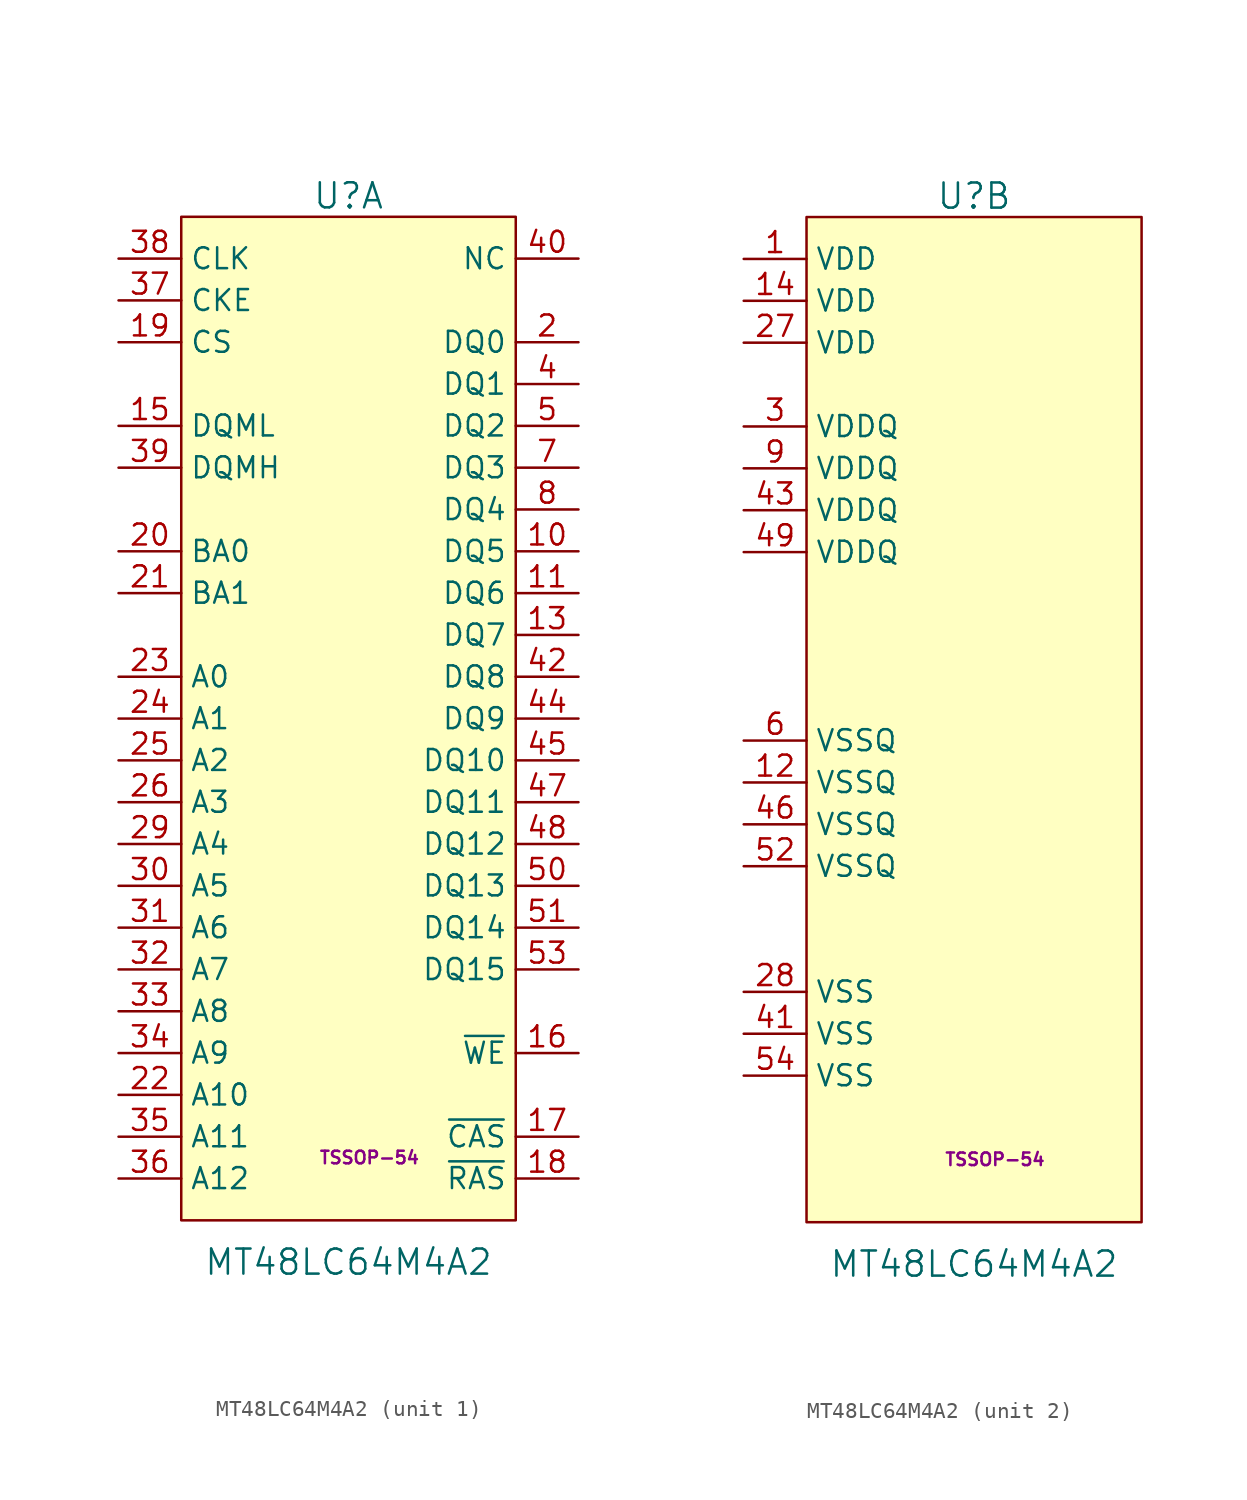
<source format=kicad_sym>
(kicad_symbol_lib
  (version 20220914)
  (generator kicad_symbol_editor)
  (symbol "MT48LC64M4A2"
    (property "Reference" "U"
      (at 0 30.48 0)
      (effects (font (size 1.524 1.524))))
    (property "Value" "MT48LC64M4A2"
      (at 0 -34.29 0)
      (effects (font (size 1.524 1.524))))
    (property "Footprint" "TSSOP-54"
      (at 1.27 -27.94 0)
      (effects (font (size 0.762 0.762))))
    (property "Datasheet" ""
      (at 0 0 0)
      (effects (font (size 1.524 1.524))))
    (property "ki_locked" ""
      (at 0 0 0)
      (effects (font (size 1.27 1.27))))
    (symbol "MT48LC64M4A2_0_1"
      (rectangle (start -10.16 29.21) (end 10.16 -31.75) (stroke (width 0) (type default)) (fill (type background))))
    (symbol "MT48LC64M4A2_1_1"
      (pin input line (at 13.97 8.89 180) (length 3.81) (name "DQ5" (effects (font (size 1.27 1.27)))) (number "10" (effects (font (size 1.27 1.27)))))
      (pin input line (at 13.97 6.35 180) (length 3.81) (name "DQ6" (effects (font (size 1.27 1.27)))) (number "11" (effects (font (size 1.27 1.27)))))
      (pin input line (at 13.97 3.81 180) (length 3.81) (name "DQ7" (effects (font (size 1.27 1.27)))) (number "13" (effects (font (size 1.27 1.27)))))
      (pin input line (at -13.97 16.51 0) (length 3.81) (name "DQML" (effects (font (size 1.27 1.27)))) (number "15" (effects (font (size 1.27 1.27)))))
      (pin input line (at 13.97 -21.59 180) (length 3.81) (name "~{WE}" (effects (font (size 1.27 1.27)))) (number "16" (effects (font (size 1.27 1.27)))))
      (pin input line (at 13.97 -26.67 180) (length 3.81) (name "~{CAS}" (effects (font (size 1.27 1.27)))) (number "17" (effects (font (size 1.27 1.27)))))
      (pin input line (at 13.97 -29.21 180) (length 3.81) (name "~{RAS}" (effects (font (size 1.27 1.27)))) (number "18" (effects (font (size 1.27 1.27)))))
      (pin input line (at -13.97 21.59 0) (length 3.81) (name "CS" (effects (font (size 1.27 1.27)))) (number "19" (effects (font (size 1.27 1.27)))))
      (pin input line (at 13.97 21.59 180) (length 3.81) (name "DQ0" (effects (font (size 1.27 1.27)))) (number "2" (effects (font (size 1.27 1.27)))))
      (pin input line (at -13.97 8.89 0) (length 3.81) (name "BA0" (effects (font (size 1.27 1.27)))) (number "20" (effects (font (size 1.27 1.27)))))
      (pin input line (at -13.97 6.35 0) (length 3.81) (name "BA1" (effects (font (size 1.27 1.27)))) (number "21" (effects (font (size 1.27 1.27)))))
      (pin input line (at -13.97 -24.13 0) (length 3.81) (name "A10" (effects (font (size 1.27 1.27)))) (number "22" (effects (font (size 1.27 1.27)))))
      (pin input line (at -13.97 1.27 0) (length 3.81) (name "A0" (effects (font (size 1.27 1.27)))) (number "23" (effects (font (size 1.27 1.27)))))
      (pin input line (at -13.97 -1.27 0) (length 3.81) (name "A1" (effects (font (size 1.27 1.27)))) (number "24" (effects (font (size 1.27 1.27)))))
      (pin input line (at -13.97 -3.81 0) (length 3.81) (name "A2" (effects (font (size 1.27 1.27)))) (number "25" (effects (font (size 1.27 1.27)))))
      (pin input line (at -13.97 -6.35 0) (length 3.81) (name "A3" (effects (font (size 1.27 1.27)))) (number "26" (effects (font (size 1.27 1.27)))))
      (pin input line (at -13.97 -8.89 0) (length 3.81) (name "A4" (effects (font (size 1.27 1.27)))) (number "29" (effects (font (size 1.27 1.27)))))
      (pin input line (at -13.97 -11.43 0) (length 3.81) (name "A5" (effects (font (size 1.27 1.27)))) (number "30" (effects (font (size 1.27 1.27)))))
      (pin input line (at -13.97 -13.97 0) (length 3.81) (name "A6" (effects (font (size 1.27 1.27)))) (number "31" (effects (font (size 1.27 1.27)))))
      (pin input line (at -13.97 -16.51 0) (length 3.81) (name "A7" (effects (font (size 1.27 1.27)))) (number "32" (effects (font (size 1.27 1.27)))))
      (pin input line (at -13.97 -19.05 0) (length 3.81) (name "A8" (effects (font (size 1.27 1.27)))) (number "33" (effects (font (size 1.27 1.27)))))
      (pin input line (at -13.97 -21.59 0) (length 3.81) (name "A9" (effects (font (size 1.27 1.27)))) (number "34" (effects (font (size 1.27 1.27)))))
      (pin input line (at -13.97 -26.67 0) (length 3.81) (name "A11" (effects (font (size 1.27 1.27)))) (number "35" (effects (font (size 1.27 1.27)))))
      (pin input line (at -13.97 -29.21 0) (length 3.81) (name "A12" (effects (font (size 1.27 1.27)))) (number "36" (effects (font (size 1.27 1.27)))))
      (pin input line (at -13.97 24.13 0) (length 3.81) (name "CKE" (effects (font (size 1.27 1.27)))) (number "37" (effects (font (size 1.27 1.27)))))
      (pin input line (at -13.97 26.67 0) (length 3.81) (name "CLK" (effects (font (size 1.27 1.27)))) (number "38" (effects (font (size 1.27 1.27)))))
      (pin input line (at -13.97 13.97 0) (length 3.81) (name "DQMH" (effects (font (size 1.27 1.27)))) (number "39" (effects (font (size 1.27 1.27)))))
      (pin input line (at 13.97 19.05 180) (length 3.81) (name "DQ1" (effects (font (size 1.27 1.27)))) (number "4" (effects (font (size 1.27 1.27)))))
      (pin input line (at 13.97 26.67 180) (length 3.81) (name "NC" (effects (font (size 1.27 1.27)))) (number "40" (effects (font (size 1.27 1.27)))))
      (pin input line (at 13.97 1.27 180) (length 3.81) (name "DQ8" (effects (font (size 1.27 1.27)))) (number "42" (effects (font (size 1.27 1.27)))))
      (pin input line (at 13.97 -1.27 180) (length 3.81) (name "DQ9" (effects (font (size 1.27 1.27)))) (number "44" (effects (font (size 1.27 1.27)))))
      (pin input line (at 13.97 -3.81 180) (length 3.81) (name "DQ10" (effects (font (size 1.27 1.27)))) (number "45" (effects (font (size 1.27 1.27)))))
      (pin input line (at 13.97 -6.35 180) (length 3.81) (name "DQ11" (effects (font (size 1.27 1.27)))) (number "47" (effects (font (size 1.27 1.27)))))
      (pin input line (at 13.97 -8.89 180) (length 3.81) (name "DQ12" (effects (font (size 1.27 1.27)))) (number "48" (effects (font (size 1.27 1.27)))))
      (pin input line (at 13.97 16.51 180) (length 3.81) (name "DQ2" (effects (font (size 1.27 1.27)))) (number "5" (effects (font (size 1.27 1.27)))))
      (pin input line (at 13.97 -11.43 180) (length 3.81) (name "DQ13" (effects (font (size 1.27 1.27)))) (number "50" (effects (font (size 1.27 1.27)))))
      (pin input line (at 13.97 -13.97 180) (length 3.81) (name "DQ14" (effects (font (size 1.27 1.27)))) (number "51" (effects (font (size 1.27 1.27)))))
      (pin input line (at 13.97 -16.51 180) (length 3.81) (name "DQ15" (effects (font (size 1.27 1.27)))) (number "53" (effects (font (size 1.27 1.27)))))
      (pin input line (at 13.97 13.97 180) (length 3.81) (name "DQ3" (effects (font (size 1.27 1.27)))) (number "7" (effects (font (size 1.27 1.27)))))
      (pin input line (at 13.97 11.43 180) (length 3.81) (name "DQ4" (effects (font (size 1.27 1.27)))) (number "8" (effects (font (size 1.27 1.27))))))
    (symbol "MT48LC64M4A2_2_1"
      (pin input line (at -13.97 26.67 0) (length 3.81) (name "VDD" (effects (font (size 1.27 1.27)))) (number "1" (effects (font (size 1.27 1.27)))))
      (pin input line (at -13.97 -5.08 0) (length 3.81) (name "VSSQ" (effects (font (size 1.27 1.27)))) (number "12" (effects (font (size 1.27 1.27)))))
      (pin input line (at -13.97 24.13 0) (length 3.81) (name "VDD" (effects (font (size 1.27 1.27)))) (number "14" (effects (font (size 1.27 1.27)))))
      (pin input line (at -13.97 21.59 0) (length 3.81) (name "VDD" (effects (font (size 1.27 1.27)))) (number "27" (effects (font (size 1.27 1.27)))))
      (pin input line (at -13.97 -17.78 0) (length 3.81) (name "VSS" (effects (font (size 1.27 1.27)))) (number "28" (effects (font (size 1.27 1.27)))))
      (pin input line (at -13.97 16.51 0) (length 3.81) (name "VDDQ" (effects (font (size 1.27 1.27)))) (number "3" (effects (font (size 1.27 1.27)))))
      (pin input line (at -13.97 -20.32 0) (length 3.81) (name "VSS" (effects (font (size 1.27 1.27)))) (number "41" (effects (font (size 1.27 1.27)))))
      (pin input line (at -13.97 11.43 0) (length 3.81) (name "VDDQ" (effects (font (size 1.27 1.27)))) (number "43" (effects (font (size 1.27 1.27)))))
      (pin input line (at -13.97 -7.62 0) (length 3.81) (name "VSSQ" (effects (font (size 1.27 1.27)))) (number "46" (effects (font (size 1.27 1.27)))))
      (pin input line (at -13.97 8.89 0) (length 3.81) (name "VDDQ" (effects (font (size 1.27 1.27)))) (number "49" (effects (font (size 1.27 1.27)))))
      (pin input line (at -13.97 -10.16 0) (length 3.81) (name "VSSQ" (effects (font (size 1.27 1.27)))) (number "52" (effects (font (size 1.27 1.27)))))
      (pin input line (at -13.97 -22.86 0) (length 3.81) (name "VSS" (effects (font (size 1.27 1.27)))) (number "54" (effects (font (size 1.27 1.27)))))
      (pin input line (at -13.97 -2.54 0) (length 3.81) (name "VSSQ" (effects (font (size 1.27 1.27)))) (number "6" (effects (font (size 1.27 1.27)))))
      (pin input line (at -13.97 13.97 0) (length 3.81) (name "VDDQ" (effects (font (size 1.27 1.27)))) (number "9" (effects (font (size 1.27 1.27))))))))
</source>
